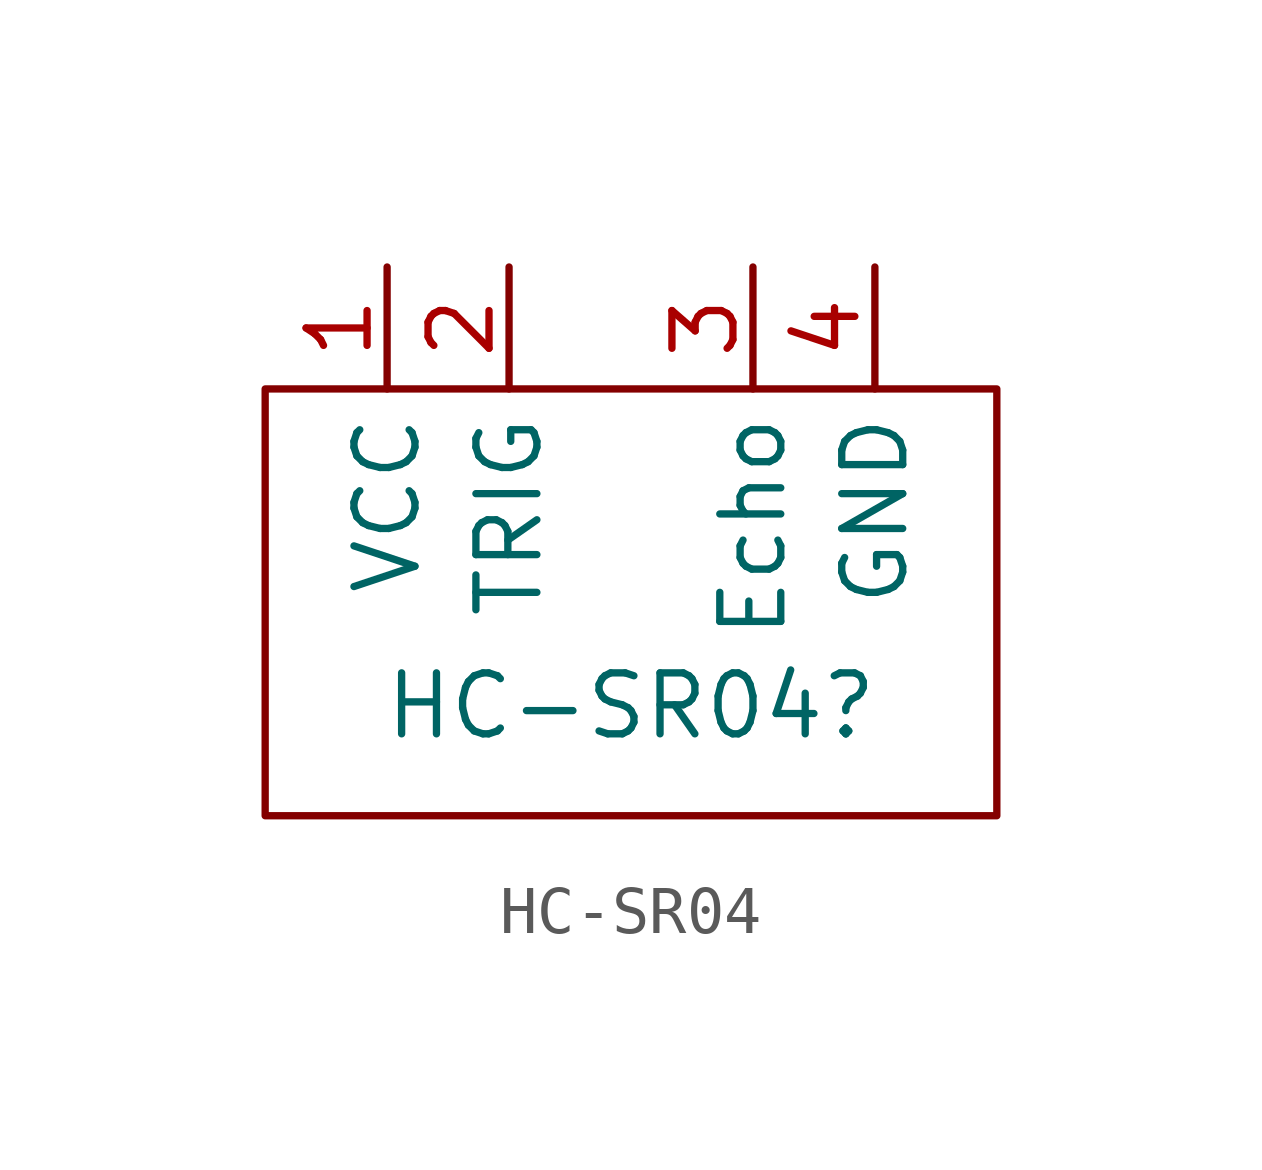
<source format=kicad_sym>
(kicad_symbol_lib
  (version 20241209)
  (generator "kicad_symbol_editor")
  (generator_version "9.0")
  (symbol "HC-SR04"
    (property "Reference" "HC-SR04"
      (at 0 -4.064 0)
      (effects (font (size 1.27 1.27))))
    (property "Value" ""
      (at 0 0 0)
      (effects (font (size 1.27 1.27))))
    (symbol "HC-SR04_0_1"
      (rectangle (start -7.62 2.54) (end 7.62 -6.35) (stroke (width 0) (type default)) (fill (type none))))
    (symbol "HC-SR04_1_1"
      (pin power_in line (at -5.08 5.08 270) (length 2.54) (name "VCC" (effects (font (size 1.27 1.27)))) (number "1" (effects (font (size 1.27 1.27)))))
      (pin input line (at -2.54 5.08 270) (length 2.54) (name "TRIG" (effects (font (size 1.27 1.27)))) (number "2" (effects (font (size 1.27 1.27)))))
      (pin output line (at 2.54 5.08 270) (length 2.54) (name "Echo" (effects (font (size 1.27 1.27)))) (number "3" (effects (font (size 1.27 1.27)))))
      (pin power_in line (at 5.08 5.08 270) (length 2.54) (name "GND" (effects (font (size 1.27 1.27)))) (number "4" (effects (font (size 1.27 1.27))))))))
</source>
